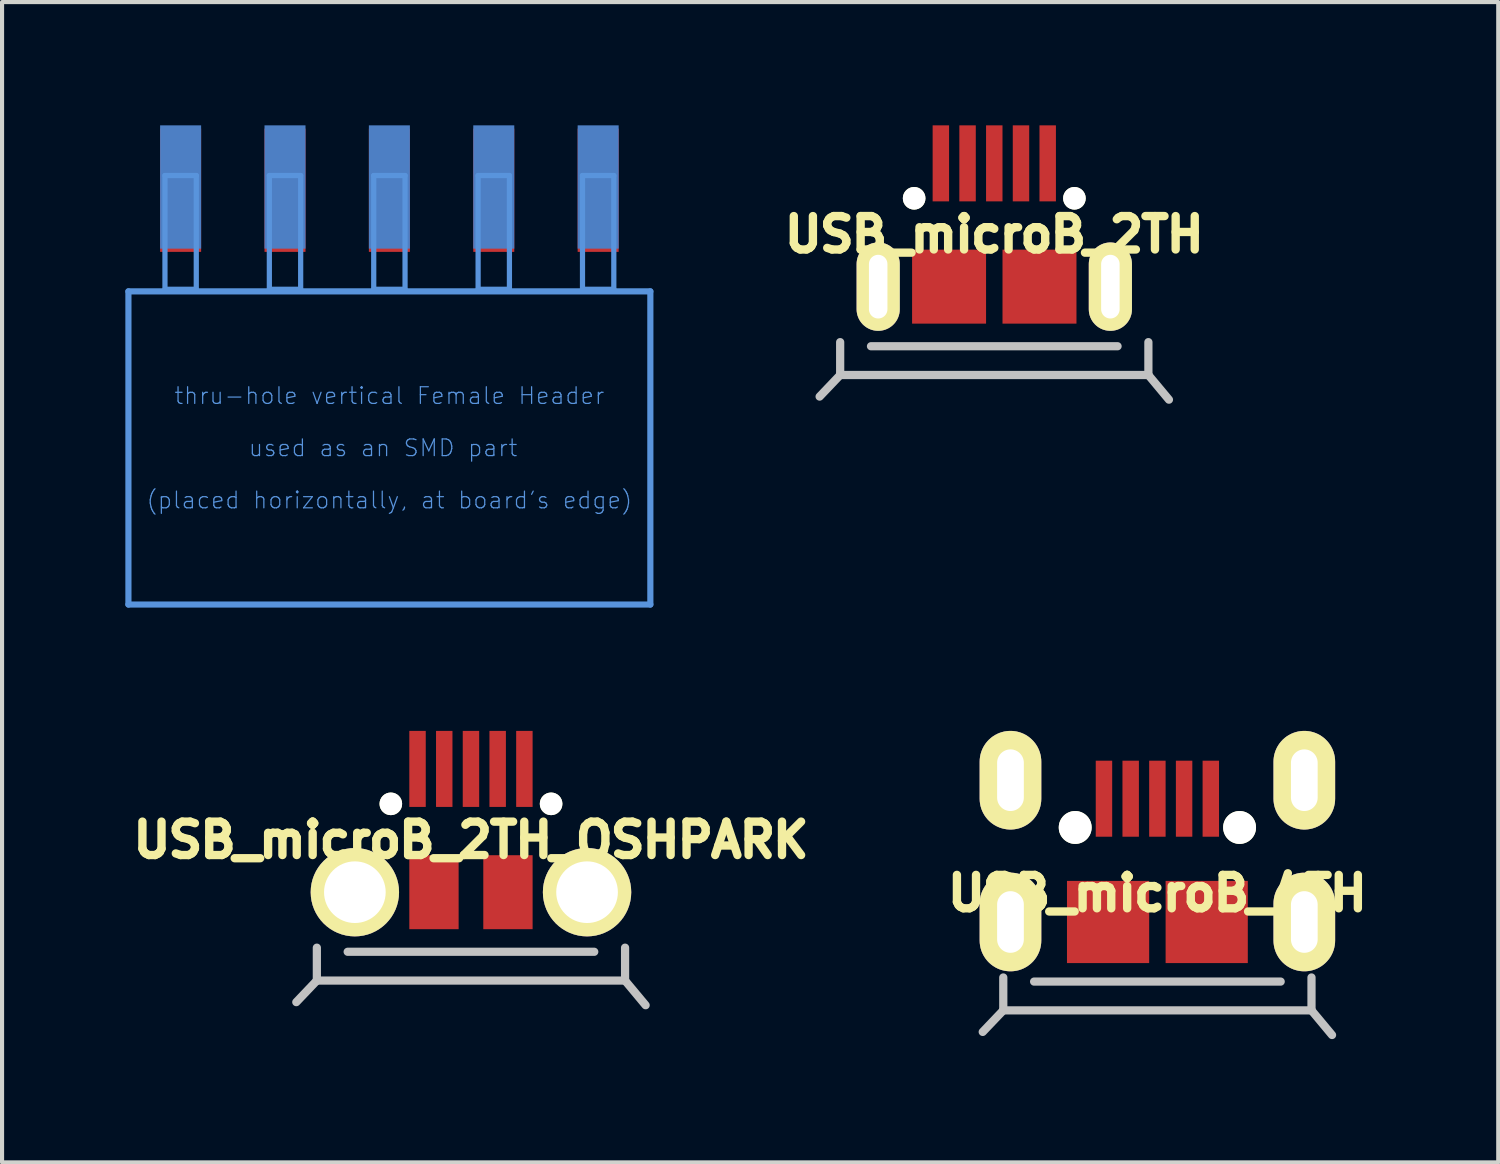
<source format=kicad_pcb>
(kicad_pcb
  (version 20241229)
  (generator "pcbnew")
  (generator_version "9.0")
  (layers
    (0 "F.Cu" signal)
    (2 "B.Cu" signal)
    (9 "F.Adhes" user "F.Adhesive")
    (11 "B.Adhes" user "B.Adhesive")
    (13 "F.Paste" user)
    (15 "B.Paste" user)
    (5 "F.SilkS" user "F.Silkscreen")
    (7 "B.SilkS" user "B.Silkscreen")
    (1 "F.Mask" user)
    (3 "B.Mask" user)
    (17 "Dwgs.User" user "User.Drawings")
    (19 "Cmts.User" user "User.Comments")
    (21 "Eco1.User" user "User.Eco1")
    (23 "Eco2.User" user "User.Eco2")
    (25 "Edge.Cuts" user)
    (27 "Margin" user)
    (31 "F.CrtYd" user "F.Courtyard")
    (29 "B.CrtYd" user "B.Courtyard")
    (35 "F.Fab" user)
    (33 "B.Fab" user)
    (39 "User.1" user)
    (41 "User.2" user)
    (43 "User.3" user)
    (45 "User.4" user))
  (footprint "UEXT-EDGE"
    (layer "F.Cu")
    (at 6.425 5.31)
    (property "Reference" "UEXT-EDGE" (at 0 0 0) (layer "Cmts.User") (effects (font (size 0.001 0.001) (thickness 0.000001))))
    (attr through_hole)
    (fp_line (start -6.35 6.35) (end -6.35 -1.27) (stroke (width 0.15) (type solid)) (layer "Cmts.User"))
    (fp_line (start -6.35 6.35) (end 6.35 6.35) (stroke (width 0.15) (type solid)) (layer "Cmts.User"))
    (fp_line (start -5.461 -4.089) (end -5.461 -1.321) (stroke (width 0.127) (type solid)) (layer "Cmts.User"))
    (fp_line (start -5.461 -1.321) (end -4.699 -1.321) (stroke (width 0.127) (type solid)) (layer "Cmts.User"))
    (fp_line (start -4.699 -4.089) (end -5.461 -4.089) (stroke (width 0.127) (type solid)) (layer "Cmts.User"))
    (fp_line (start -4.699 -1.321) (end -4.699 -4.089) (stroke (width 0.127) (type solid)) (layer "Cmts.User"))
    (fp_line (start -2.921 -4.089) (end -2.921 -1.321) (stroke (width 0.127) (type solid)) (layer "Cmts.User"))
    (fp_line (start -2.921 -1.321) (end -2.159 -1.321) (stroke (width 0.127) (type solid)) (layer "Cmts.User"))
    (fp_line (start -2.159 -4.089) (end -2.921 -4.089) (stroke (width 0.127) (type solid)) (layer "Cmts.User"))
    (fp_line (start -2.159 -1.321) (end -2.159 -4.089) (stroke (width 0.127) (type solid)) (layer "Cmts.User"))
    (fp_line (start -0.381 -4.089) (end -0.381 -1.321) (stroke (width 0.127) (type solid)) (layer "Cmts.User"))
    (fp_line (start -0.381 -1.321) (end 0.381 -1.321) (stroke (width 0.127) (type solid)) (layer "Cmts.User"))
    (fp_line (start 0.381 -4.089) (end -0.381 -4.089) (stroke (width 0.127) (type solid)) (layer "Cmts.User"))
    (fp_line (start 0.381 -1.321) (end 0.381 -4.089) (stroke (width 0.127) (type solid)) (layer "Cmts.User"))
    (fp_line (start 2.159 -4.089) (end 2.159 -1.321) (stroke (width 0.127) (type solid)) (layer "Cmts.User"))
    (fp_line (start 2.159 -1.321) (end 2.921 -1.321) (stroke (width 0.127) (type solid)) (layer "Cmts.User"))
    (fp_line (start 2.921 -4.089) (end 2.159 -4.089) (stroke (width 0.127) (type solid)) (layer "Cmts.User"))
    (fp_line (start 2.921 -1.321) (end 2.921 -4.089) (stroke (width 0.127) (type solid)) (layer "Cmts.User"))
    (fp_line (start 4.699 -4.089) (end 4.699 -1.321) (stroke (width 0.127) (type solid)) (layer "Cmts.User"))
    (fp_line (start 4.699 -1.321) (end 5.461 -1.321) (stroke (width 0.127) (type solid)) (layer "Cmts.User"))
    (fp_line (start 5.461 -4.089) (end 4.699 -4.089) (stroke (width 0.127) (type solid)) (layer "Cmts.User"))
    (fp_line (start 5.461 -1.321) (end 5.461 -4.089) (stroke (width 0.127) (type solid)) (layer "Cmts.User"))
    (fp_line (start 6.35 -1.27) (end -6.35 -1.27) (stroke (width 0.15) (type solid)) (layer "Cmts.User"))
    (fp_line (start 6.35 -1.27) (end 6.35 6.35) (stroke (width 0.15) (type solid)) (layer "Cmts.User"))
    (fp_text user "(placed horizontally, at board's edge)" (at 0 3.81 0) (layer "Cmts.User") (effects (font (size 0.406 0.406) (thickness 0.03))))
    (fp_text user "thru-hole vertical Female Header" (at 0 1.27 0) (layer "Cmts.User") (effects (font (size 0.406 0.406) (thickness 0.03))))
    (fp_text user "used as an SMD part " (at 0 2.54 0) (layer "Cmts.User") (effects (font (size 0.406 0.406) (thickness 0.03))))
    (pad "3V3" smd rect (at 5.08 -3.731 90) (size 3 0.998) (layers "F.Cu" "F.Mask" "F.Paste"))
    (pad "GND" smd rect (at 5.08 -3.81 90) (size 3 0.998) (layers "B.Cu" "B.Mask" "B.Paste"))
    (pad "MISO" smd rect (at -2.54 -3.731 90) (size 3 0.998) (layers "F.Cu" "F.Mask" "F.Paste"))
    (pad "MOSI" smd rect (at -2.54 -3.81 90) (size 3 0.998) (layers "B.Cu" "B.Mask" "B.Paste"))
    (pad "RXD" smd rect (at 2.54 -3.81 90) (size 3 0.998) (layers "B.Cu" "B.Mask" "B.Paste"))
    (pad "SCK" smd rect (at -5.08 -3.731 90) (size 3 0.998) (layers "F.Cu" "F.Mask" "F.Paste"))
    (pad "SCL" smd rect (at 0 -3.731 90) (size 3 0.998) (layers "F.Cu" "F.Mask" "F.Paste"))
    (pad "SDA" smd rect (at 0 -3.81 90) (size 3 0.998) (layers "B.Cu" "B.Mask" "B.Paste"))
    (pad "SSEL" smd rect (at -5.08 -3.81 90) (size 3 0.998) (layers "B.Cu" "B.Mask" "B.Paste"))
    (pad "TXD" smd rect (at 2.54 -3.731 90) (size 3 0.998) (layers "F.Cu" "F.Mask" "F.Paste")))
  (footprint "USB_microB_2TH_OSHPARK"
    (layer "F.Cu")
    (at 8.41 18.66)
    (property "Reference" "USB_microB_2TH_OSHPARK" (at 0 -1.27 0) (layer "F.SilkS") (effects (font (size 0.813 0.813) (thickness 0.203))))
    (attr through_hole)
    (fp_line (start -3.75 2.15) (end -4.25 2.675) (stroke (width 0.2) (type solid)) (layer "Dwgs.User"))
    (fp_line (start -3.75 2.15) (end -3.75 1.35) (stroke (width 0.2) (type solid)) (layer "Dwgs.User"))
    (fp_line (start -3.75 2.15) (end 3.75 2.15) (stroke (width 0.2) (type solid)) (layer "Dwgs.User"))
    (fp_line (start -3 1.45) (end 3 1.45) (stroke (width 0.2) (type solid)) (layer "Dwgs.User"))
    (fp_line (start 3.75 2.15) (end 3.75 1.35) (stroke (width 0.2) (type solid)) (layer "Dwgs.User"))
    (fp_line (start 3.75 2.15) (end 4.25 2.75) (stroke (width 0.2) (type solid)) (layer "Dwgs.User"))
    (pad "" np_thru_hole circle (at -1.95 -2.15 180) (size 0.55 0.55) (drill 0.55) (layers "*.Cu" "*.Mask" "F.SilkS"))
    (pad "" smd rect (at -0.9 0 180) (size 1.2 1.8) (layers "F.Cu" "F.Mask" "F.Paste"))
    (pad "" smd rect (at 0.9 0 180) (size 1.2 1.8) (layers "F.Cu" "F.Mask" "F.Paste"))
    (pad "" np_thru_hole circle (at 1.95 -2.15 180) (size 0.55 0.55) (drill 0.55) (layers "*.Cu" "*.Mask" "F.SilkS"))
    (pad "1" smd rect (at -1.3 -3 180) (size 0.4 1.85) (layers "F.Cu" "F.Mask" "F.Paste"))
    (pad "2" smd rect (at -0.65 -3 180) (size 0.4 1.85) (layers "F.Cu" "F.Mask" "F.Paste"))
    (pad "3" smd rect (at 0 -3 180) (size 0.4 1.85) (layers "F.Cu" "F.Mask" "F.Paste"))
    (pad "4" smd rect (at 0.65 -3 180) (size 0.4 1.85) (layers "F.Cu" "F.Mask" "F.Paste"))
    (pad "5" smd rect (at 1.3 -3 180) (size 0.4 1.85) (layers "F.Cu" "F.Mask" "F.Paste"))
    (pad "6" thru_hole circle (at -2.825 0) (size 2.15 2.15) (drill 1.5) (layers "*.Cu" "*.Mask" "F.SilkS"))
    (pad "6" thru_hole circle (at 2.825 0) (size 2.15 2.15) (drill 1.5) (layers "*.Cu" "*.Mask" "F.SilkS")))
  (footprint "USB_microB_4TH"
    (layer "F.Cu")
    (at 25.113 19.385)
    (property "Reference" "USB_microB_4TH" (at 0 -0.699 0) (layer "F.SilkS") (effects (font (size 0.813 0.813) (thickness 0.203))))
    (attr through_hole)
    (fp_line (start -3.75 2.15) (end -4.25 2.675) (stroke (width 0.2) (type solid)) (layer "Dwgs.User"))
    (fp_line (start -3.75 2.15) (end -3.75 1.35) (stroke (width 0.2) (type solid)) (layer "Dwgs.User"))
    (fp_line (start -3.75 2.15) (end 3.75 2.15) (stroke (width 0.2) (type solid)) (layer "Dwgs.User"))
    (fp_line (start -3 1.45) (end 3 1.45) (stroke (width 0.2) (type solid)) (layer "Dwgs.User"))
    (fp_line (start 3.75 2.15) (end 3.75 1.35) (stroke (width 0.2) (type solid)) (layer "Dwgs.User"))
    (fp_line (start 3.75 2.15) (end 4.25 2.75) (stroke (width 0.2) (type solid)) (layer "Dwgs.User"))
    (pad "" np_thru_hole circle (at -2 -2.3 180) (size 0.8 0.8) (drill 0.8) (layers "*.Cu" "*.Mask" "F.SilkS"))
    (pad "" smd rect (at -1.2 0 180) (size 2 2) (layers "F.Cu" "F.Mask" "F.Paste"))
    (pad "" smd rect (at 1.2 0 180) (size 2 2) (layers "F.Cu" "F.Mask" "F.Paste"))
    (pad "" np_thru_hole circle (at 2 -2.3 180) (size 0.8 0.8) (drill 0.8) (layers "*.Cu" "*.Mask" "F.SilkS"))
    (pad "1" smd rect (at -1.3 -3 180) (size 0.4 1.85) (layers "F.Cu" "F.Mask" "F.Paste"))
    (pad "2" smd rect (at -0.65 -3 180) (size 0.4 1.85) (layers "F.Cu" "F.Mask" "F.Paste"))
    (pad "3" smd rect (at 0 -3 180) (size 0.4 1.85) (layers "F.Cu" "F.Mask" "F.Paste"))
    (pad "4" smd rect (at 0.65 -3 180) (size 0.4 1.85) (layers "F.Cu" "F.Mask" "F.Paste"))
    (pad "5" smd rect (at 1.3 -3 180) (size 0.4 1.85) (layers "F.Cu" "F.Mask" "F.Paste"))
    (pad "6" thru_hole oval (at -3.575 -3.45) (size 1.5 2.4) (drill oval 0.65 1.5) (layers "*.Cu" "*.Mask" "F.SilkS"))
    (pad "6" thru_hole oval (at -3.575 0) (size 1.5 2.4) (drill oval 0.65 1.5) (layers "*.Cu" "*.Mask" "F.SilkS"))
    (pad "6" thru_hole oval (at 3.575 -3.45) (size 1.5 2.4) (drill oval 0.65 1.5) (layers "*.Cu" "*.Mask" "F.SilkS"))
    (pad "6" thru_hole oval (at 3.575 0) (size 1.5 2.4) (drill oval 0.65 1.5) (layers "*.Cu" "*.Mask" "F.SilkS")))
  (footprint "USB_microB_2TH"
    (layer "F.Cu")
    (at 21.144 3.925)
    (property "Reference" "USB_microB_2TH" (at 0 -1.27 0) (layer "F.SilkS") (effects (font (size 0.813 0.813) (thickness 0.203))))
    (attr through_hole)
    (fp_line (start -3.75 2.15) (end -4.25 2.675) (stroke (width 0.2) (type solid)) (layer "Dwgs.User"))
    (fp_line (start -3.75 2.15) (end -3.75 1.35) (stroke (width 0.2) (type solid)) (layer "Dwgs.User"))
    (fp_line (start -3.75 2.15) (end 3.75 2.15) (stroke (width 0.2) (type solid)) (layer "Dwgs.User"))
    (fp_line (start -3 1.45) (end 3 1.45) (stroke (width 0.2) (type solid)) (layer "Dwgs.User"))
    (fp_line (start 3.75 2.15) (end 3.75 1.35) (stroke (width 0.2) (type solid)) (layer "Dwgs.User"))
    (fp_line (start 3.75 2.15) (end 4.25 2.75) (stroke (width 0.2) (type solid)) (layer "Dwgs.User"))
    (pad "" np_thru_hole circle (at -1.95 -2.15 180) (size 0.55 0.55) (drill 0.55) (layers "*.Cu" "*.Mask" "F.SilkS"))
    (pad "" smd rect (at -1.1 0 180) (size 1.8 1.8) (layers "F.Cu" "F.Mask" "F.Paste"))
    (pad "" smd rect (at 1.1 0 180) (size 1.8 1.8) (layers "F.Cu" "F.Mask" "F.Paste"))
    (pad "" np_thru_hole circle (at 1.95 -2.15 180) (size 0.55 0.55) (drill 0.55) (layers "*.Cu" "*.Mask" "F.SilkS"))
    (pad "1" smd rect (at -1.3 -3 180) (size 0.4 1.85) (layers "F.Cu" "F.Mask" "F.Paste"))
    (pad "2" smd rect (at -0.65 -3 180) (size 0.4 1.85) (layers "F.Cu" "F.Mask" "F.Paste"))
    (pad "3" smd rect (at 0 -3 180) (size 0.4 1.85) (layers "F.Cu" "F.Mask" "F.Paste"))
    (pad "4" smd rect (at 0.65 -3 180) (size 0.4 1.85) (layers "F.Cu" "F.Mask" "F.Paste"))
    (pad "5" smd rect (at 1.3 -3 180) (size 0.4 1.85) (layers "F.Cu" "F.Mask" "F.Paste"))
    (pad "6" thru_hole oval (at -2.825 0) (size 1.05 2.15) (drill oval 0.45 1.55) (layers "*.Cu" "*.Mask" "F.SilkS"))
    (pad "6" thru_hole oval (at 2.825 0) (size 1.05 2.15) (drill oval 0.45 1.55) (layers "*.Cu" "*.Mask" "F.SilkS")))
  (gr_rect
    (start -3 -3)
    (end 33.407 25.235)
    (stroke (width 0.1) (type default))
    (fill no)
    (layer "Edge.Cuts")))
</source>
